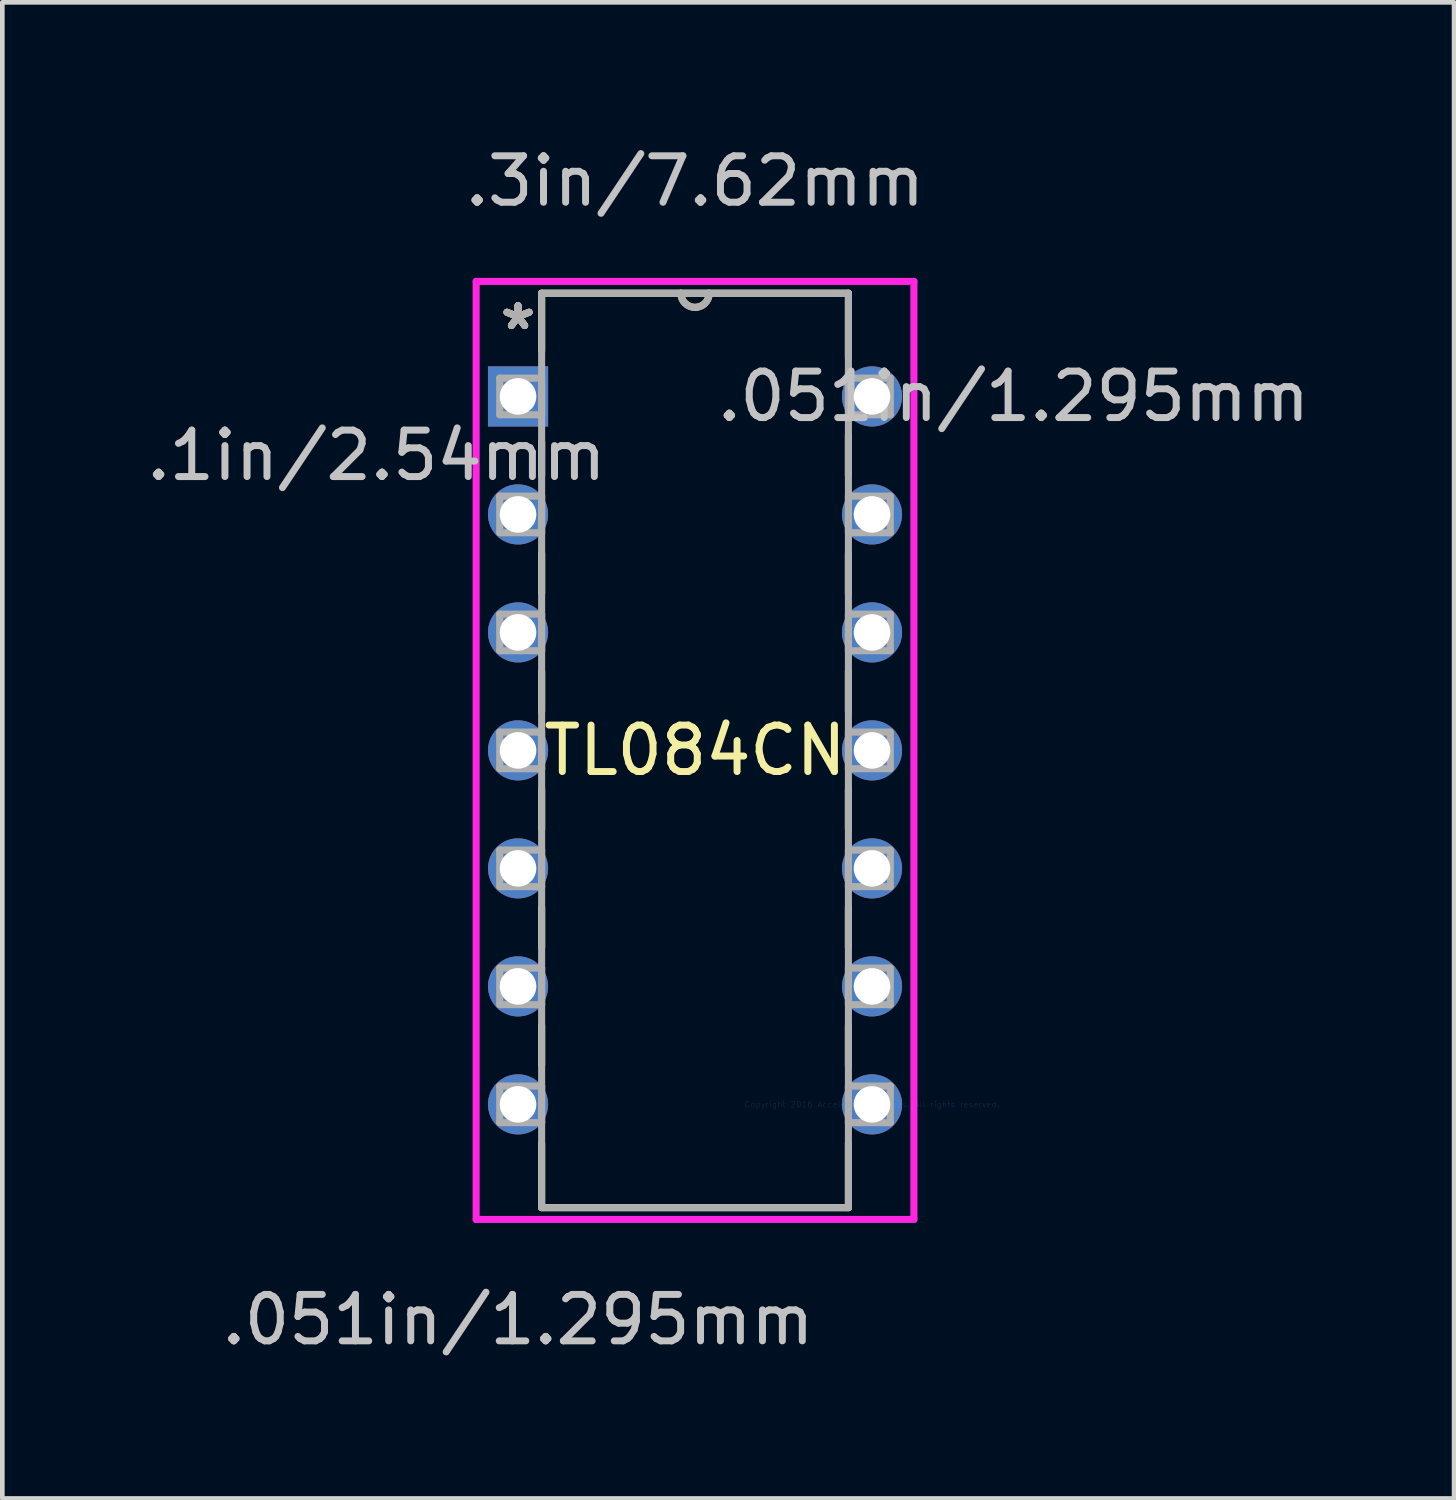
<source format=kicad_pcb>
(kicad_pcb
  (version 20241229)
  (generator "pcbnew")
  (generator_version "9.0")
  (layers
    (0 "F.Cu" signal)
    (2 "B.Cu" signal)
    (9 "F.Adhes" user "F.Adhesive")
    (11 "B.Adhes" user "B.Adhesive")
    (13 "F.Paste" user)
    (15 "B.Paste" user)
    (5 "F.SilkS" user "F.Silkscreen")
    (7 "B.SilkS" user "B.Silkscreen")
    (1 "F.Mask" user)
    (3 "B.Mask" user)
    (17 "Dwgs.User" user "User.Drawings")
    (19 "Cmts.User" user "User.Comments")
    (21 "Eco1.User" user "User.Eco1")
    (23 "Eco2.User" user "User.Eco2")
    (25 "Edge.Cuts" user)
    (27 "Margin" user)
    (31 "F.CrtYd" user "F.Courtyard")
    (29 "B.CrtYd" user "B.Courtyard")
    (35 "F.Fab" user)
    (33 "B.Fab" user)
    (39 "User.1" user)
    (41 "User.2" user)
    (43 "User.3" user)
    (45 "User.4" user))
  (footprint "TL084CN"
    (layer "F.Cu")
    (at 15.722 20.724)
    (property "Reference" "TL084CN" (at -3.81 -7.62 0) (layer "F.SilkS") (effects (font (size 1 1) (thickness 0.15))))
    (attr through_hole)
    (fp_line (start -7.112 -17.462) (end -7.112 -16.22) (stroke (width 0.152) (type solid)) (layer "F.SilkS"))
    (fp_line (start -7.112 -14.26) (end -7.112 -13.539) (stroke (width 0.152) (type solid)) (layer "F.SilkS"))
    (fp_line (start -7.112 -11.861) (end -7.112 -10.999) (stroke (width 0.152) (type solid)) (layer "F.SilkS"))
    (fp_line (start -7.112 -9.321) (end -7.112 -8.459) (stroke (width 0.152) (type solid)) (layer "F.SilkS"))
    (fp_line (start -7.112 -6.781) (end -7.112 -5.919) (stroke (width 0.152) (type solid)) (layer "F.SilkS"))
    (fp_line (start -7.112 -4.241) (end -7.112 -3.379) (stroke (width 0.152) (type solid)) (layer "F.SilkS"))
    (fp_line (start -7.112 -1.701) (end -7.112 -0.839) (stroke (width 0.152) (type solid)) (layer "F.SilkS"))
    (fp_line (start -7.112 0.839) (end -7.112 2.223) (stroke (width 0.152) (type solid)) (layer "F.SilkS"))
    (fp_line (start -7.112 2.223) (end -0.508 2.223) (stroke (width 0.152) (type solid)) (layer "F.SilkS"))
    (fp_line (start -0.508 -17.462) (end -7.112 -17.462) (stroke (width 0.152) (type solid)) (layer "F.SilkS"))
    (fp_line (start -0.508 -16.079) (end -0.508 -17.462) (stroke (width 0.152) (type solid)) (layer "F.SilkS"))
    (fp_line (start -0.508 -13.539) (end -0.508 -14.401) (stroke (width 0.152) (type solid)) (layer "F.SilkS"))
    (fp_line (start -0.508 -10.999) (end -0.508 -11.861) (stroke (width 0.152) (type solid)) (layer "F.SilkS"))
    (fp_line (start -0.508 -8.459) (end -0.508 -9.321) (stroke (width 0.152) (type solid)) (layer "F.SilkS"))
    (fp_line (start -0.508 -5.919) (end -0.508 -6.781) (stroke (width 0.152) (type solid)) (layer "F.SilkS"))
    (fp_line (start -0.508 -3.379) (end -0.508 -4.241) (stroke (width 0.152) (type solid)) (layer "F.SilkS"))
    (fp_line (start -0.508 -0.839) (end -0.508 -1.701) (stroke (width 0.152) (type solid)) (layer "F.SilkS"))
    (fp_line (start -0.508 2.223) (end -0.508 0.839) (stroke (width 0.152) (type solid)) (layer "F.SilkS"))
    (fp_arc (start -3.5052 -17.4625) (mid -3.81 -17.1577) (end -4.1148 -17.4625) (stroke (width 0.1524) (type solid)) (layer "F.SilkS"))
    (fp_line (start -8.522 -17.716) (end 0.902 -17.716) (stroke (width 0.152) (type solid)) (layer "F.CrtYd"))
    (fp_line (start -8.522 2.477) (end -8.522 -17.716) (stroke (width 0.152) (type solid)) (layer "F.CrtYd"))
    (fp_line (start 0.902 -17.716) (end 0.902 2.477) (stroke (width 0.152) (type solid)) (layer "F.CrtYd"))
    (fp_line (start 0.902 2.477) (end -8.522 2.477) (stroke (width 0.152) (type solid)) (layer "F.CrtYd"))
    (fp_line (start -8.014 -15.634) (end -8.014 -14.846) (stroke (width 0.152) (type solid)) (layer "F.Fab"))
    (fp_line (start -8.014 -14.846) (end -7.112 -14.846) (stroke (width 0.152) (type solid)) (layer "F.Fab"))
    (fp_line (start -8.014 -13.094) (end -8.014 -12.306) (stroke (width 0.152) (type solid)) (layer "F.Fab"))
    (fp_line (start -8.014 -12.306) (end -7.112 -12.306) (stroke (width 0.152) (type solid)) (layer "F.Fab"))
    (fp_line (start -8.014 -10.554) (end -8.014 -9.766) (stroke (width 0.152) (type solid)) (layer "F.Fab"))
    (fp_line (start -8.014 -9.766) (end -7.112 -9.766) (stroke (width 0.152) (type solid)) (layer "F.Fab"))
    (fp_line (start -8.014 -8.014) (end -8.014 -7.226) (stroke (width 0.152) (type solid)) (layer "F.Fab"))
    (fp_line (start -8.014 -7.226) (end -7.112 -7.226) (stroke (width 0.152) (type solid)) (layer "F.Fab"))
    (fp_line (start -8.014 -5.474) (end -8.014 -4.686) (stroke (width 0.152) (type solid)) (layer "F.Fab"))
    (fp_line (start -8.014 -4.686) (end -7.112 -4.686) (stroke (width 0.152) (type solid)) (layer "F.Fab"))
    (fp_line (start -8.014 -2.934) (end -8.014 -2.146) (stroke (width 0.152) (type solid)) (layer "F.Fab"))
    (fp_line (start -8.014 -2.146) (end -7.112 -2.146) (stroke (width 0.152) (type solid)) (layer "F.Fab"))
    (fp_line (start -8.014 -0.394) (end -8.014 0.394) (stroke (width 0.152) (type solid)) (layer "F.Fab"))
    (fp_line (start -8.014 0.394) (end -7.112 0.394) (stroke (width 0.152) (type solid)) (layer "F.Fab"))
    (fp_line (start -7.112 -17.462) (end -7.112 2.223) (stroke (width 0.152) (type solid)) (layer "F.Fab"))
    (fp_line (start -7.112 -15.634) (end -8.014 -15.634) (stroke (width 0.152) (type solid)) (layer "F.Fab"))
    (fp_line (start -7.112 -14.846) (end -7.112 -15.634) (stroke (width 0.152) (type solid)) (layer "F.Fab"))
    (fp_line (start -7.112 -13.094) (end -8.014 -13.094) (stroke (width 0.152) (type solid)) (layer "F.Fab"))
    (fp_line (start -7.112 -12.306) (end -7.112 -13.094) (stroke (width 0.152) (type solid)) (layer "F.Fab"))
    (fp_line (start -7.112 -10.554) (end -8.014 -10.554) (stroke (width 0.152) (type solid)) (layer "F.Fab"))
    (fp_line (start -7.112 -9.766) (end -7.112 -10.554) (stroke (width 0.152) (type solid)) (layer "F.Fab"))
    (fp_line (start -7.112 -8.014) (end -8.014 -8.014) (stroke (width 0.152) (type solid)) (layer "F.Fab"))
    (fp_line (start -7.112 -7.226) (end -7.112 -8.014) (stroke (width 0.152) (type solid)) (layer "F.Fab"))
    (fp_line (start -7.112 -5.474) (end -8.014 -5.474) (stroke (width 0.152) (type solid)) (layer "F.Fab"))
    (fp_line (start -7.112 -4.686) (end -7.112 -5.474) (stroke (width 0.152) (type solid)) (layer "F.Fab"))
    (fp_line (start -7.112 -2.934) (end -8.014 -2.934) (stroke (width 0.152) (type solid)) (layer "F.Fab"))
    (fp_line (start -7.112 -2.146) (end -7.112 -2.934) (stroke (width 0.152) (type solid)) (layer "F.Fab"))
    (fp_line (start -7.112 -0.394) (end -8.014 -0.394) (stroke (width 0.152) (type solid)) (layer "F.Fab"))
    (fp_line (start -7.112 0.394) (end -7.112 -0.394) (stroke (width 0.152) (type solid)) (layer "F.Fab"))
    (fp_line (start -7.112 2.223) (end -0.508 2.223) (stroke (width 0.152) (type solid)) (layer "F.Fab"))
    (fp_line (start -0.508 -17.462) (end -7.112 -17.462) (stroke (width 0.152) (type solid)) (layer "F.Fab"))
    (fp_line (start -0.508 -15.634) (end -0.508 -14.846) (stroke (width 0.152) (type solid)) (layer "F.Fab"))
    (fp_line (start -0.508 -14.846) (end 0.394 -14.846) (stroke (width 0.152) (type solid)) (layer "F.Fab"))
    (fp_line (start -0.508 -13.094) (end -0.508 -12.306) (stroke (width 0.152) (type solid)) (layer "F.Fab"))
    (fp_line (start -0.508 -12.306) (end 0.394 -12.306) (stroke (width 0.152) (type solid)) (layer "F.Fab"))
    (fp_line (start -0.508 -10.554) (end -0.508 -9.766) (stroke (width 0.152) (type solid)) (layer "F.Fab"))
    (fp_line (start -0.508 -9.766) (end 0.394 -9.766) (stroke (width 0.152) (type solid)) (layer "F.Fab"))
    (fp_line (start -0.508 -8.014) (end -0.508 -7.226) (stroke (width 0.152) (type solid)) (layer "F.Fab"))
    (fp_line (start -0.508 -7.226) (end 0.394 -7.226) (stroke (width 0.152) (type solid)) (layer "F.Fab"))
    (fp_line (start -0.508 -5.474) (end -0.508 -4.686) (stroke (width 0.152) (type solid)) (layer "F.Fab"))
    (fp_line (start -0.508 -4.686) (end 0.394 -4.686) (stroke (width 0.152) (type solid)) (layer "F.Fab"))
    (fp_line (start -0.508 -2.934) (end -0.508 -2.146) (stroke (width 0.152) (type solid)) (layer "F.Fab"))
    (fp_line (start -0.508 -2.146) (end 0.394 -2.146) (stroke (width 0.152) (type solid)) (layer "F.Fab"))
    (fp_line (start -0.508 -0.394) (end -0.508 0.394) (stroke (width 0.152) (type solid)) (layer "F.Fab"))
    (fp_line (start -0.508 0.394) (end 0.394 0.394) (stroke (width 0.152) (type solid)) (layer "F.Fab"))
    (fp_line (start -0.508 2.223) (end -0.508 -17.462) (stroke (width 0.152) (type solid)) (layer "F.Fab"))
    (fp_line (start 0.394 -15.634) (end -0.508 -15.634) (stroke (width 0.152) (type solid)) (layer "F.Fab"))
    (fp_line (start 0.394 -14.846) (end 0.394 -15.634) (stroke (width 0.152) (type solid)) (layer "F.Fab"))
    (fp_line (start 0.394 -13.094) (end -0.508 -13.094) (stroke (width 0.152) (type solid)) (layer "F.Fab"))
    (fp_line (start 0.394 -12.306) (end 0.394 -13.094) (stroke (width 0.152) (type solid)) (layer "F.Fab"))
    (fp_line (start 0.394 -10.554) (end -0.508 -10.554) (stroke (width 0.152) (type solid)) (layer "F.Fab"))
    (fp_line (start 0.394 -9.766) (end 0.394 -10.554) (stroke (width 0.152) (type solid)) (layer "F.Fab"))
    (fp_line (start 0.394 -8.014) (end -0.508 -8.014) (stroke (width 0.152) (type solid)) (layer "F.Fab"))
    (fp_line (start 0.394 -7.226) (end 0.394 -8.014) (stroke (width 0.152) (type solid)) (layer "F.Fab"))
    (fp_line (start 0.394 -5.474) (end -0.508 -5.474) (stroke (width 0.152) (type solid)) (layer "F.Fab"))
    (fp_line (start 0.394 -4.686) (end 0.394 -5.474) (stroke (width 0.152) (type solid)) (layer "F.Fab"))
    (fp_line (start 0.394 -2.934) (end -0.508 -2.934) (stroke (width 0.152) (type solid)) (layer "F.Fab"))
    (fp_line (start 0.394 -2.146) (end 0.394 -2.934) (stroke (width 0.152) (type solid)) (layer "F.Fab"))
    (fp_line (start 0.394 -0.394) (end -0.508 -0.394) (stroke (width 0.152) (type solid)) (layer "F.Fab"))
    (fp_line (start 0.394 0.394) (end 0.394 -0.394) (stroke (width 0.152) (type solid)) (layer "F.Fab"))
    (fp_arc (start -3.5052 -17.4625) (mid -3.81 -17.1577) (end -4.1148 -17.4625) (stroke (width 0.1524) (type solid)) (layer "F.Fab"))
    (fp_text user "*" (at -7.62 -16.65 0) (layer "F.SilkS") (effects (font (size 1 1) (thickness 0.15))))
    (fp_text user "*" (at -7.62 -16.65 0) (layer "F.SilkS") (effects (font (size 1 1) (thickness 0.15))))
    (fp_text user ".1in/2.54mm" (at -10.668 -13.97 0) (layer "Dwgs.User") (effects (font (size 1 1) (thickness 0.15))))
    (fp_text user ".051in/1.295mm" (at -7.62 4.636 0) (layer "Dwgs.User") (effects (font (size 1 1) (thickness 0.15))))
    (fp_text user ".051in/1.295mm" (at 3.048 -15.24 0) (layer "Dwgs.User") (effects (font (size 1 1) (thickness 0.15))))
    (fp_text user ".3in/7.62mm" (at -3.81 -19.875 0) (layer "Dwgs.User") (effects (font (size 1 1) (thickness 0.15))))
    (fp_text user "Copyright 2016 Accelerated Designs. All rights reserved." (at 0 0 0) (layer "Cmts.User") (effects (font (size 0.127 0.127) (thickness 0.002))))
    (fp_text user "*" (at -7.62 -16.65 0) (layer "F.Fab") (effects (font (size 1 1) (thickness 0.15))))
    (fp_text user "*" (at -7.62 -16.65 0) (layer "F.Fab") (effects (font (size 1 1) (thickness 0.15))))
    (pad "1" thru_hole rect (at -7.62 -15.24) (size 1.295 1.295) (drill 0.787) (layers "*.Cu" "*.Mask"))
    (pad "2" thru_hole circle (at -7.62 -12.7) (size 1.295 1.295) (drill 0.787) (layers "*.Cu" "*.Mask"))
    (pad "3" thru_hole circle (at -7.62 -10.16) (size 1.295 1.295) (drill 0.787) (layers "*.Cu" "*.Mask"))
    (pad "4" thru_hole circle (at -7.62 -7.62) (size 1.295 1.295) (drill 0.787) (layers "*.Cu" "*.Mask"))
    (pad "5" thru_hole circle (at -7.62 -5.08) (size 1.295 1.295) (drill 0.787) (layers "*.Cu" "*.Mask"))
    (pad "6" thru_hole circle (at -7.62 -2.54) (size 1.295 1.295) (drill 0.787) (layers "*.Cu" "*.Mask"))
    (pad "7" thru_hole circle (at -7.62 0) (size 1.295 1.295) (drill 0.787) (layers "*.Cu" "*.Mask"))
    (pad "8" thru_hole circle (at 0 0) (size 1.295 1.295) (drill 0.787) (layers "*.Cu" "*.Mask"))
    (pad "9" thru_hole circle (at 0 -2.54) (size 1.295 1.295) (drill 0.787) (layers "*.Cu" "*.Mask"))
    (pad "10" thru_hole circle (at 0 -5.08) (size 1.295 1.295) (drill 0.787) (layers "*.Cu" "*.Mask"))
    (pad "11" thru_hole circle (at 0 -7.62) (size 1.295 1.295) (drill 0.787) (layers "*.Cu" "*.Mask"))
    (pad "12" thru_hole circle (at 0 -10.16) (size 1.295 1.295) (drill 0.787) (layers "*.Cu" "*.Mask"))
    (pad "13" thru_hole circle (at 0 -12.7) (size 1.295 1.295) (drill 0.787) (layers "*.Cu" "*.Mask"))
    (pad "14" thru_hole circle (at 0 -15.24) (size 1.295 1.295) (drill 0.787) (layers "*.Cu" "*.Mask")))
  (gr_rect
    (start -3 -3)
    (end 28.252 29.207)
    (stroke (width 0.1) (type default))
    (fill no)
    (layer "Edge.Cuts")))
</source>
